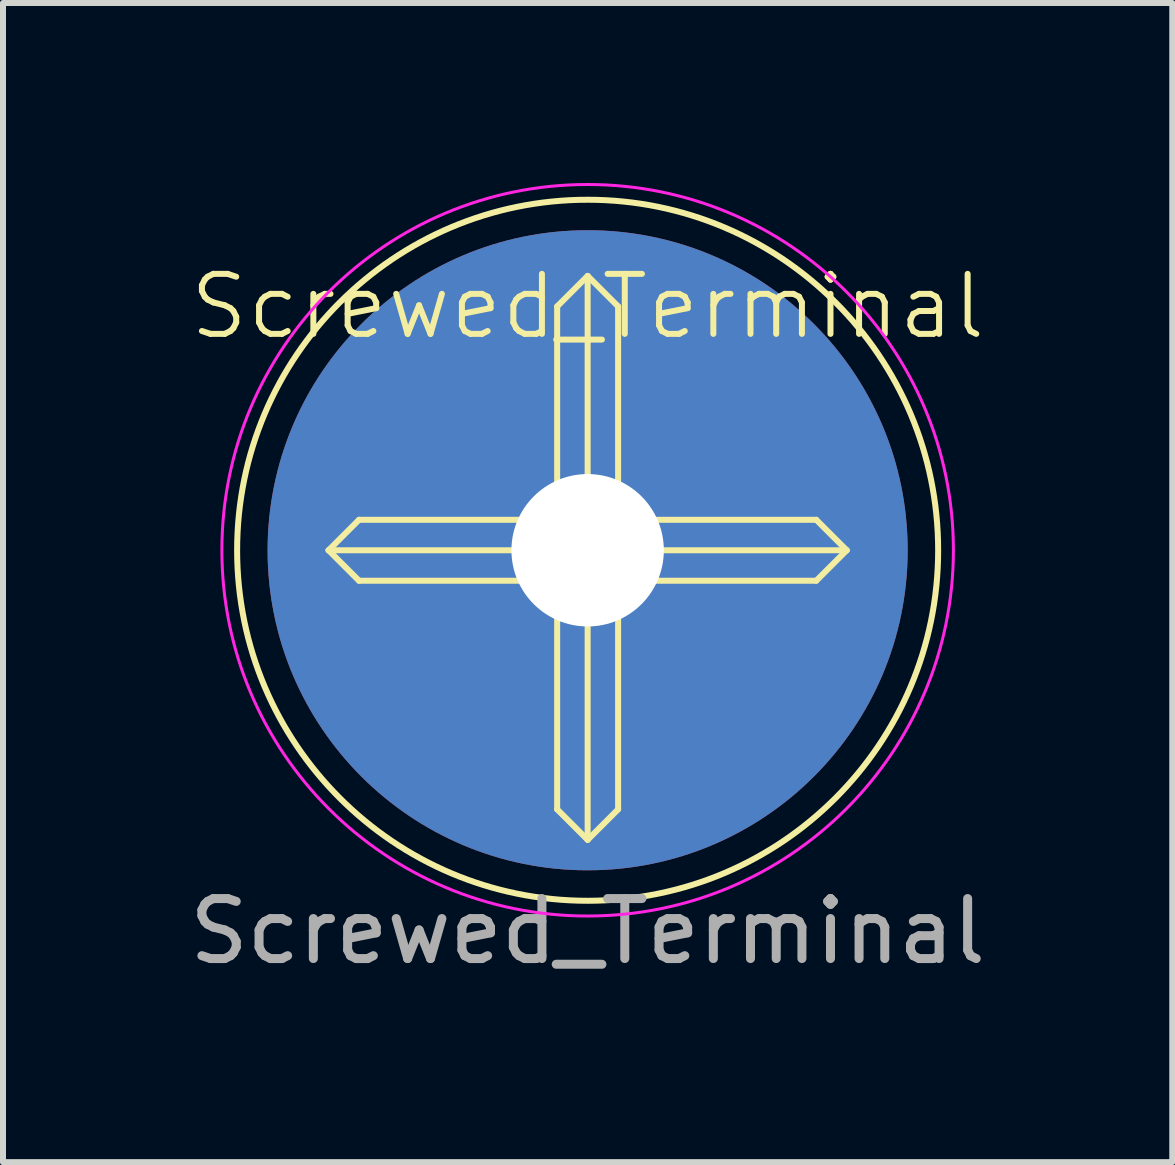
<source format=kicad_pcb>
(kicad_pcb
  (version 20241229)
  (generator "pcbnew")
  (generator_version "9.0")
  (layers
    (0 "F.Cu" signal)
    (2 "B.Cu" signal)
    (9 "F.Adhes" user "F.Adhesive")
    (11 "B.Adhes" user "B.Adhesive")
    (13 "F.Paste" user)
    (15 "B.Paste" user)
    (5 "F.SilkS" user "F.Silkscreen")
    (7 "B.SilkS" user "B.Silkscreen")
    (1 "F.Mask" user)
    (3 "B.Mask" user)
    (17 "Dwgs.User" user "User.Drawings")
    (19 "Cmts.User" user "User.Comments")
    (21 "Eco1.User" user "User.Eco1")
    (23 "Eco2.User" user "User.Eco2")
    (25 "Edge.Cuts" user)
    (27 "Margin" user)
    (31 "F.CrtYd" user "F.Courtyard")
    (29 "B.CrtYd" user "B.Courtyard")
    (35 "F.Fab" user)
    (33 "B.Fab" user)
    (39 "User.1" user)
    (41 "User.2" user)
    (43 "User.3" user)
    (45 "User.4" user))
  (footprint "Screwed_Terminal"
    (layer "F.Cu")
    (at 6.744 6.121)
    (property "Reference" "Screwed_Terminal" (at 0 -4.064 0) (unlocked yes) (layer "F.SilkS") (effects (font (size 1 1) (thickness 0.1))))
    (attr smd)
    (fp_line (start -4.318 0) (end -3.81 -0.508) (stroke (width 0.1) (type default)) (layer "F.SilkS"))
    (fp_line (start -4.318 0) (end 4.318 0) (stroke (width 0.1) (type default)) (layer "F.SilkS"))
    (fp_line (start -3.81 -0.508) (end -0.762 -0.508) (stroke (width 0.1) (type default)) (layer "F.SilkS"))
    (fp_line (start -3.81 0.508) (end -4.318 0) (stroke (width 0.1) (type default)) (layer "F.SilkS"))
    (fp_line (start -0.762 -0.508) (end -0.508 -0.762) (stroke (width 0.1) (type default)) (layer "F.SilkS"))
    (fp_line (start -0.762 0.508) (end -3.81 0.508) (stroke (width 0.1) (type default)) (layer "F.SilkS"))
    (fp_line (start -0.508 -4.064) (end 0 -4.572) (stroke (width 0.1) (type default)) (layer "F.SilkS"))
    (fp_line (start -0.508 -0.762) (end -0.508 -4.064) (stroke (width 0.1) (type default)) (layer "F.SilkS"))
    (fp_line (start -0.508 0.762) (end -0.762 0.508) (stroke (width 0.1) (type default)) (layer "F.SilkS"))
    (fp_line (start -0.508 4.318) (end -0.508 0.762) (stroke (width 0.1) (type default)) (layer "F.SilkS"))
    (fp_line (start 0 -4.572) (end 0 4.826) (stroke (width 0.1) (type default)) (layer "F.SilkS"))
    (fp_line (start 0 -4.572) (end 0.508 -4.064) (stroke (width 0.1) (type default)) (layer "F.SilkS"))
    (fp_line (start 0 4.826) (end -0.508 4.318) (stroke (width 0.1) (type default)) (layer "F.SilkS"))
    (fp_line (start 0 4.826) (end 0.508 4.318) (stroke (width 0.1) (type default)) (layer "F.SilkS"))
    (fp_line (start 0.508 -4.064) (end 0.508 -0.762) (stroke (width 0.1) (type default)) (layer "F.SilkS"))
    (fp_line (start 0.508 -0.762) (end 0.762 -0.508) (stroke (width 0.1) (type default)) (layer "F.SilkS"))
    (fp_line (start 0.508 0.762) (end 0.508 4.318) (stroke (width 0.1) (type default)) (layer "F.SilkS"))
    (fp_line (start 0.762 -0.508) (end 3.81 -0.508) (stroke (width 0.1) (type default)) (layer "F.SilkS"))
    (fp_line (start 0.762 0.508) (end 0.508 0.762) (stroke (width 0.1) (type default)) (layer "F.SilkS"))
    (fp_line (start 3.81 0.508) (end 0.762 0.508) (stroke (width 0.1) (type default)) (layer "F.SilkS"))
    (fp_line (start 4.318 0) (end 3.81 -0.508) (stroke (width 0.1) (type default)) (layer "F.SilkS"))
    (fp_line (start 4.318 0) (end 3.81 0.508) (stroke (width 0.1) (type default)) (layer "F.SilkS"))
    (fp_circle (center 0 0) (end 5.842 0) (stroke (width 0.1) (type default)) (fill no) (layer "F.SilkS"))
    (fp_circle (center 0 0) (end 6.096 0) (stroke (width 0.05) (type default)) (fill no) (layer "F.CrtYd"))
    (fp_text user "${REFERENCE}" (at 0 6.35 0) (unlocked yes) (layer "F.Fab") (effects (font (size 1 1) (thickness 0.15))))
    (pad "1" thru_hole circle (at 0 0) (size 10.668 10.668) (drill 2.54) (layers "*.Cu" "*.Mask")))
  (gr_rect
    (start -3 -3)
    (end 16.488 16.319)
    (stroke (width 0.1) (type default))
    (fill no)
    (layer "Edge.Cuts")))
</source>
